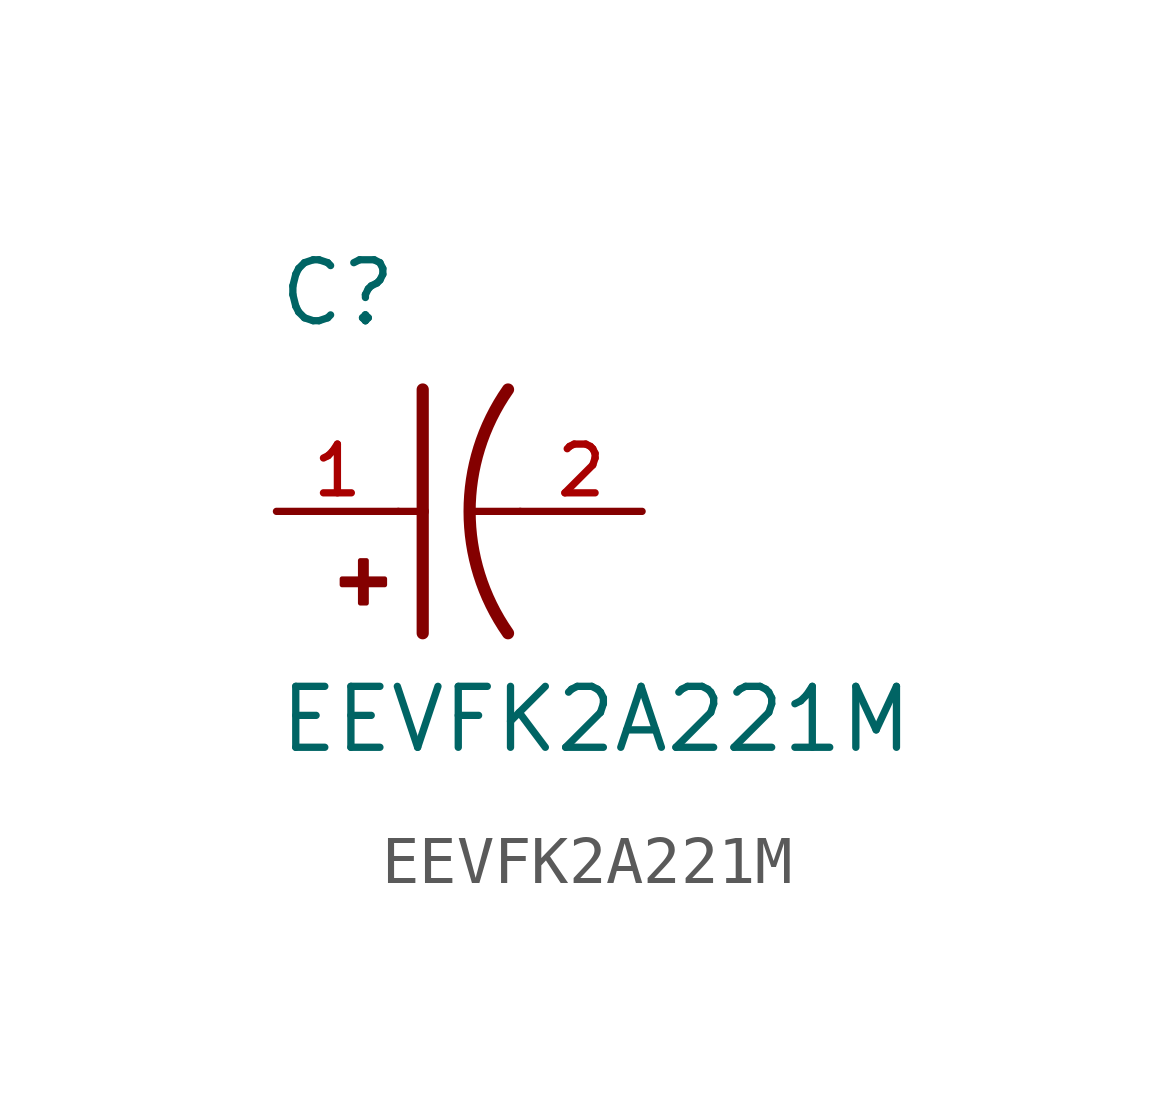
<source format=kicad_sym>
(kicad_symbol_lib
  (version 20211014)
  (generator kicad_symbol_editor)
  (symbol "EEVFK2A221M"
    (pin_names
      (offset 1.016))
    (property "Reference" "C"
      (at -2.54 3.81 0)
      (effects (font (size 1.27 1.27)) (justify bottom left)))
    (property "Value" "EEVFK2A221M"
      (at -2.54 -5.08 0)
      (effects (font (size 1.27 1.27)) (justify bottom left)))
    (symbol "EEVFK2A221M_0_0"
      (arc (start 2.286 -2.54) (mid 1.4851 -0.0) (end 2.286 2.54) (stroke (width 0.254) (type default) (color 0 0 0 0)) (fill (type none)))
      (polyline (pts (xy 0.508 2.54) (xy 0.508 0.0)) (stroke (width 0.254)))
      (rectangle (start -1.173 -1.532) (end -0.284 -1.405) (stroke (width 0.1)) (fill (type outline)))
      (rectangle (start -0.792 -1.913) (end -0.665 -1.024) (stroke (width 0.1)) (fill (type outline)))
      (polyline (pts (xy 0.508 0.0) (xy 0.508 -2.54)) (stroke (width 0.254)))
      (polyline (pts (xy 0.0 0.0) (xy 0.508 0.0)) (stroke (width 0.152)))
      (polyline (pts (xy 2.54 0.0) (xy 1.524 0.0)) (stroke (width 0.152)))
      (pin passive line (at -2.54 0.0 0) (length 2.54) (name "~" (effects (font (size 1.016 1.016)))) (number "1" (effects (font (size 1.016 1.016)))))
      (pin passive line (at 5.08 0.0 180.0) (length 2.54) (name "~" (effects (font (size 1.016 1.016)))) (number "2" (effects (font (size 1.016 1.016))))))))
</source>
